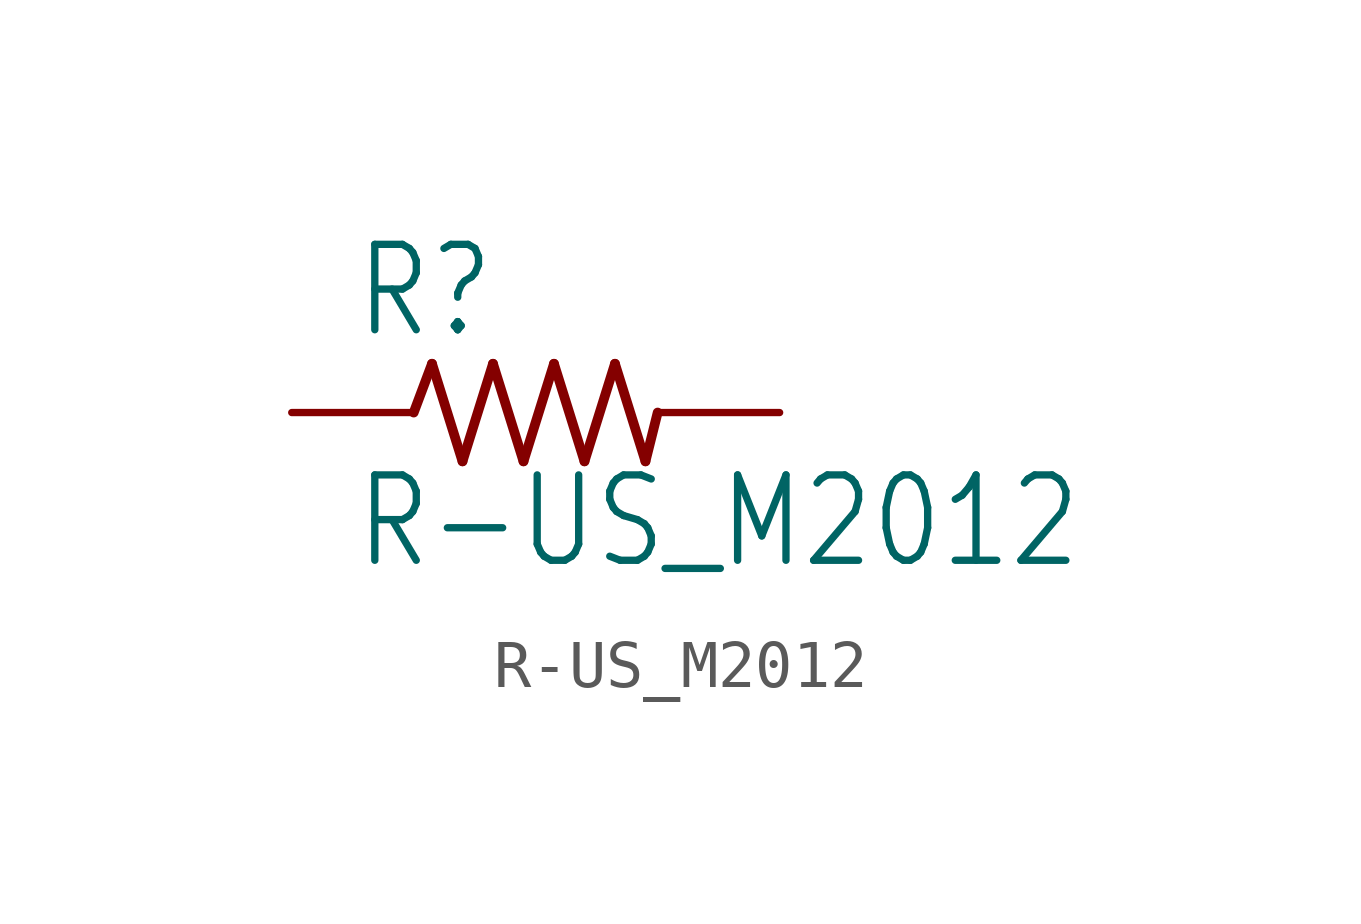
<source format=kicad_sym>
(kicad_symbol_lib
  (version 20211014)
  (generator kicad_symbol_editor)
  (symbol "R-US_M2012"
    (property "Reference" "R"
      (at -3.81 1.499 0)
      (effects (font (size 1.778 1.511)) (justify left bottom)))
    (property "Value" "R-US_M2012"
      (at -3.81 -3.302 0)
      (effects (font (size 1.778 1.511)) (justify left bottom)))
    (property "ki_locked" ""
      (at 0 0 0)
      (effects (font (size 1.27 1.27))))
    (symbol "R-US_M2012_1_0"
      (polyline (pts (xy -2.54 0) (xy -2.159 1.016)) (stroke (width 0.203) (type default)) (fill (type none)))
      (polyline (pts (xy -2.159 1.016) (xy -1.524 -1.016)) (stroke (width 0.203) (type default)) (fill (type none)))
      (polyline (pts (xy -1.524 -1.016) (xy -0.889 1.016)) (stroke (width 0.203) (type default)) (fill (type none)))
      (polyline (pts (xy -0.889 1.016) (xy -0.254 -1.016)) (stroke (width 0.203) (type default)) (fill (type none)))
      (polyline (pts (xy -0.254 -1.016) (xy 0.381 1.016)) (stroke (width 0.203) (type default)) (fill (type none)))
      (polyline (pts (xy 0.381 1.016) (xy 1.016 -1.016)) (stroke (width 0.203) (type default)) (fill (type none)))
      (polyline (pts (xy 1.016 -1.016) (xy 1.651 1.016)) (stroke (width 0.203) (type default)) (fill (type none)))
      (polyline (pts (xy 1.651 1.016) (xy 2.286 -1.016)) (stroke (width 0.203) (type default)) (fill (type none)))
      (polyline (pts (xy 2.286 -1.016) (xy 2.54 0)) (stroke (width 0.203) (type default)) (fill (type none)))
      (pin passive line (at -5.08 0 0) (length 2.54) (name "1" (effects (font (size 0 0)))) (number "1" (effects (font (size 0 0)))))
      (pin passive line (at 5.08 0 180) (length 2.54) (name "2" (effects (font (size 0 0)))) (number "2" (effects (font (size 0 0))))))))
</source>
